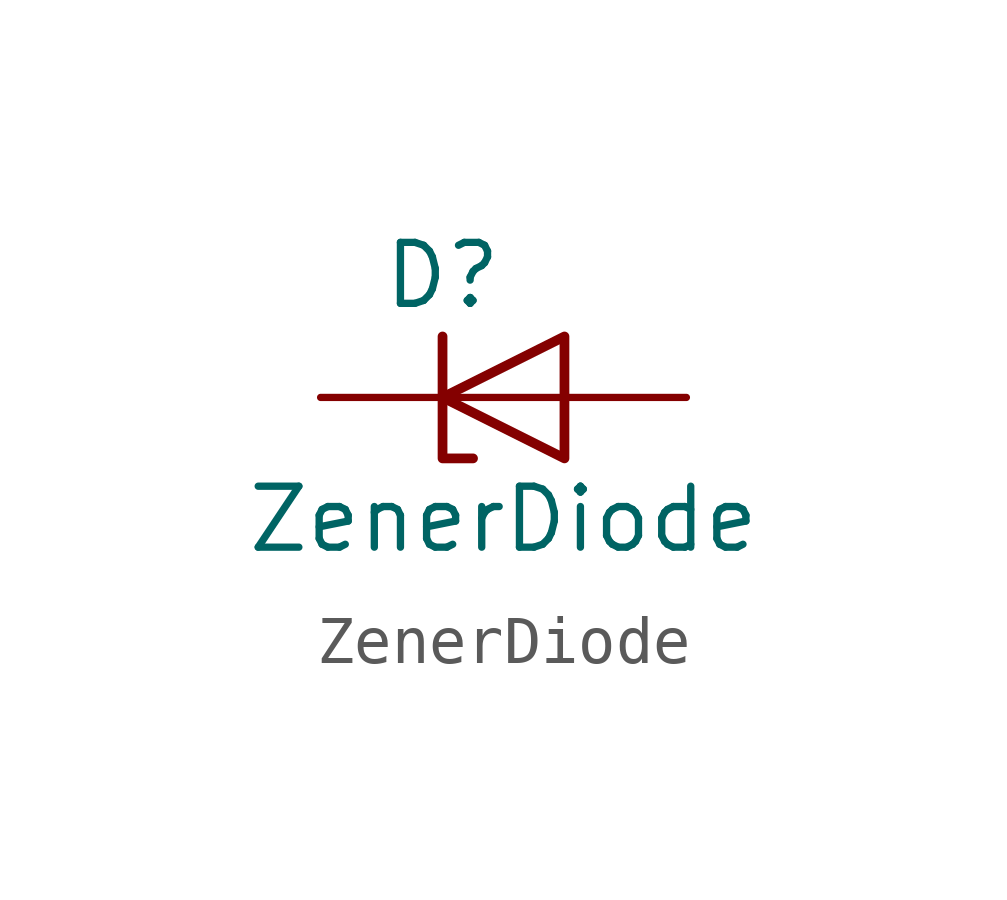
<source format=kicad_sym>
(kicad_symbol_lib
  (version 20220914)
  (generator kicad_symbol_editor)
  (symbol "ZenerDiode"
    (pin_numbers hide)
    (pin_names
      (offset 1.016) hide)
    (property "Reference" "D"
      (at 2.54 2.54 0)
      (effects (font (size 1.27 1.27))))
    (property "Value" "ZenerDiode"
      (at 3.81 -2.54 0)
      (effects (font (size 1.27 1.27))))
    (symbol "ZenerDiode_1_1"
      (polyline (pts (xy 5.08 0) (xy 2.54 0)) (stroke (width 0) (type solid)) (fill (type none)))
      (polyline (pts (xy 2.54 1.27) (xy 2.54 -1.27) (xy 3.175 -1.27)) (stroke (width 0.203) (type solid)) (fill (type none)))
      (polyline (pts (xy 5.08 1.27) (xy 5.08 -1.27) (xy 2.54 0) (xy 5.08 1.27)) (stroke (width 0.203) (type solid)) (fill (type none)))
      (pin passive line (at 0 0 0) (length 2.54) (name "K" (effects (font (size 1.27 1.27)))) (number "1" (effects (font (size 1.27 1.27)))))
      (pin passive line (at 7.62 0 180) (length 2.54) (name "A" (effects (font (size 1.27 1.27)))) (number "2" (effects (font (size 1.27 1.27))))))))
</source>
